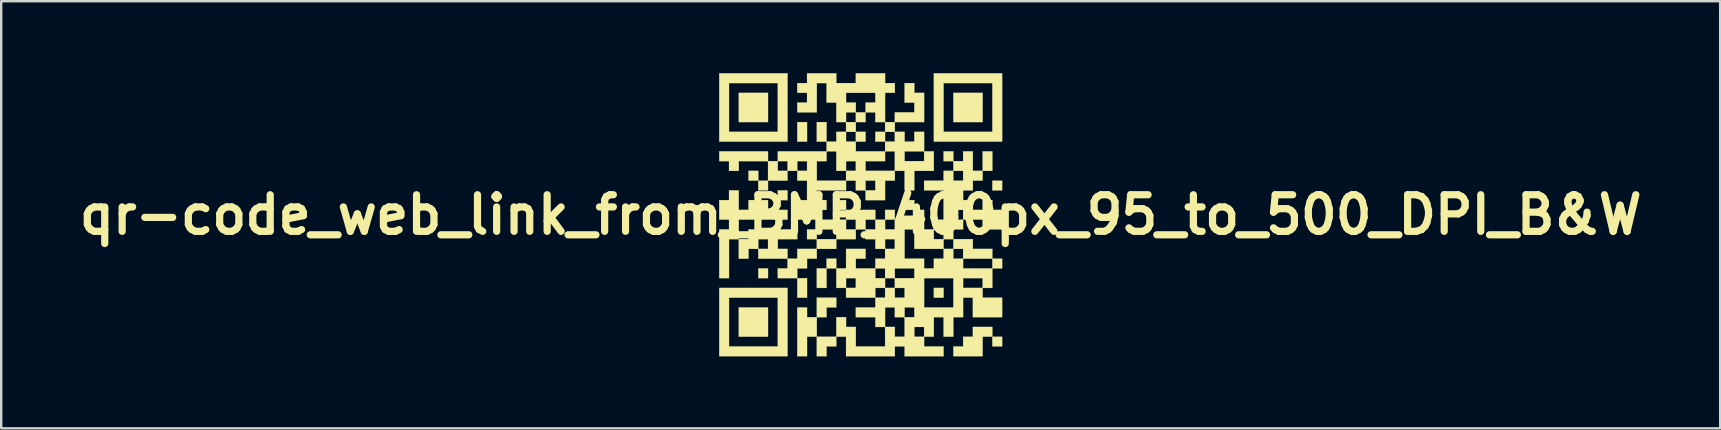
<source format=kicad_pcb>
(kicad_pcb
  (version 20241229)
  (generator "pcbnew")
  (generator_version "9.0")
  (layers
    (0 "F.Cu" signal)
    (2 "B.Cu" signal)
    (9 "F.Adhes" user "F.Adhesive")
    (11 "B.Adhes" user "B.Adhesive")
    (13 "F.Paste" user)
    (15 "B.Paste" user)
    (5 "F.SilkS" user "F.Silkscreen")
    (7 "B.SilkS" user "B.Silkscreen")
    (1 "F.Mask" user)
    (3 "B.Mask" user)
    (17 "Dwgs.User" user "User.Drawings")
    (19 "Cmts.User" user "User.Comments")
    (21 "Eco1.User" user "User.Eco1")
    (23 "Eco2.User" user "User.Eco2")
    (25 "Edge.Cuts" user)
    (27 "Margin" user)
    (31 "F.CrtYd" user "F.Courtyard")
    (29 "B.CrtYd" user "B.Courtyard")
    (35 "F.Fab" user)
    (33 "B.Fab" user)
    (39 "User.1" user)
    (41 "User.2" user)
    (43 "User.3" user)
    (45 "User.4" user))
  (footprint "qr-code_web_link_from_BMP_400px_95_to_500_DPI_B&W"
    (layer "F.Cu")
    (at 32.81 5.898)
    (property "Reference" "qr-code_web_link_from_BMP_400px_95_to_500_DPI_B&W" (at 0 0 0) (layer "F.SilkS") (effects (font (size 1.524 1.524) (thickness 0.3))))
    (attr through_hole)
    (fp_poly (pts (xy -4.267 -1.422) (xy -4.674 -1.422) (xy -4.674 -1.829) (xy -4.267 -1.829) (xy -4.267 -1.422)) (stroke (width 0.01) (type solid)) (fill yes) (layer "F.SilkS"))
    (fp_poly (pts (xy -3.861 -3.861) (xy -5.08 -3.861) (xy -5.08 -5.08) (xy -3.861 -5.08) (xy -3.861 -3.861)) (stroke (width 0.01) (type solid)) (fill yes) (layer "F.SilkS"))
    (fp_poly (pts (xy -3.861 -1.016) (xy -4.267 -1.016) (xy -4.267 -1.422) (xy -3.861 -1.422) (xy -3.861 -1.016)) (stroke (width 0.01) (type solid)) (fill yes) (layer "F.SilkS"))
    (fp_poly (pts (xy -3.861 2.642) (xy -4.267 2.642) (xy -4.267 2.235) (xy -3.861 2.235) (xy -3.861 2.642)) (stroke (width 0.01) (type solid)) (fill yes) (layer "F.SilkS"))
    (fp_poly (pts (xy -3.861 5.08) (xy -5.08 5.08) (xy -5.08 3.861) (xy -3.861 3.861) (xy -3.861 5.08)) (stroke (width 0.01) (type solid)) (fill yes) (layer "F.SilkS"))
    (fp_poly (pts (xy -3.048 -0.61) (xy -3.454 -0.61) (xy -3.454 -1.016) (xy -3.048 -1.016) (xy -3.048 -0.61)) (stroke (width 0.01) (type solid)) (fill yes) (layer "F.SilkS"))
    (fp_poly (pts (xy -2.235 -3.048) (xy -2.642 -3.048) (xy -2.642 -3.861) (xy -2.235 -3.861) (xy -2.235 -3.048)) (stroke (width 0.01) (type solid)) (fill yes) (layer "F.SilkS"))
    (fp_poly (pts (xy -2.235 3.454) (xy -2.642 3.454) (xy -2.642 2.642) (xy -2.235 2.642) (xy -2.235 3.454)) (stroke (width 0.01) (type solid)) (fill yes) (layer "F.SilkS"))
    (fp_poly (pts (xy -1.422 -3.048) (xy -1.829 -3.048) (xy -1.829 -3.861) (xy -1.422 -3.861) (xy -1.422 -3.048)) (stroke (width 0.01) (type solid)) (fill yes) (layer "F.SilkS"))
    (fp_poly (pts (xy -1.422 3.048) (xy -1.829 3.048) (xy -1.829 2.235) (xy -1.422 2.235) (xy -1.422 3.048)) (stroke (width 0.01) (type solid)) (fill yes) (layer "F.SilkS"))
    (fp_poly (pts (xy -1.016 2.235) (xy -1.422 2.235) (xy -1.422 1.829) (xy -1.016 1.829) (xy -1.016 2.235)) (stroke (width 0.01) (type solid)) (fill yes) (layer "F.SilkS"))
    (fp_poly (pts (xy -0.61 -0.203) (xy -1.016 -0.203) (xy -1.016 -0.61) (xy -0.61 -0.61) (xy -0.61 -0.203)) (stroke (width 0.01) (type solid)) (fill yes) (layer "F.SilkS"))
    (fp_poly (pts (xy 0.203 -3.861) (xy -0.203 -3.861) (xy -0.203 -4.267) (xy 0.203 -4.267) (xy 0.203 -3.861)) (stroke (width 0.01) (type solid)) (fill yes) (layer "F.SilkS"))
    (fp_poly (pts (xy 0.203 -3.048) (xy -0.203 -3.048) (xy -0.203 -3.454) (xy 0.203 -3.454) (xy 0.203 -3.048)) (stroke (width 0.01) (type solid)) (fill yes) (layer "F.SilkS"))
    (fp_poly (pts (xy 1.016 -3.048) (xy 0.61 -3.048) (xy 0.61 -3.454) (xy 1.016 -3.454) (xy 1.016 -3.048)) (stroke (width 0.01) (type solid)) (fill yes) (layer "F.SilkS"))
    (fp_poly (pts (xy 2.235 -0.203) (xy 1.829 -0.203) (xy 1.829 -0.61) (xy 2.235 -0.61) (xy 2.235 -0.203)) (stroke (width 0.01) (type solid)) (fill yes) (layer "F.SilkS"))
    (fp_poly (pts (xy 3.454 3.454) (xy 3.048 3.454) (xy 3.048 3.048) (xy 3.454 3.048) (xy 3.454 3.454)) (stroke (width 0.01) (type solid)) (fill yes) (layer "F.SilkS"))
    (fp_poly (pts (xy 3.861 -2.235) (xy 3.454 -2.235) (xy 3.454 -2.642) (xy 3.861 -2.642) (xy 3.861 -2.235)) (stroke (width 0.01) (type solid)) (fill yes) (layer "F.SilkS"))
    (fp_poly (pts (xy 5.08 -3.861) (xy 3.861 -3.861) (xy 3.861 -5.08) (xy 5.08 -5.08) (xy 5.08 -3.861)) (stroke (width 0.01) (type solid)) (fill yes) (layer "F.SilkS"))
    (fp_poly (pts (xy 5.486 -1.829) (xy 5.08 -1.829) (xy 5.08 -2.642) (xy 5.486 -2.642) (xy 5.486 -1.829)) (stroke (width 0.01) (type solid)) (fill yes) (layer "F.SilkS"))
    (fp_poly (pts (xy 5.893 -1.016) (xy 5.486 -1.016) (xy 5.486 -1.422) (xy 5.893 -1.422) (xy 5.893 -1.016)) (stroke (width 0.01) (type solid)) (fill yes) (layer "F.SilkS"))
    (fp_poly (pts (xy 5.893 2.235) (xy 5.486 2.235) (xy 5.486 1.829) (xy 5.893 1.829) (xy 5.893 2.235)) (stroke (width 0.01) (type solid)) (fill yes) (layer "F.SilkS"))
    (fp_poly (pts (xy 5.893 5.486) (xy 5.486 5.486) (xy 5.486 5.08) (xy 5.893 5.08) (xy 5.893 5.486)) (stroke (width 0.01) (type solid)) (fill yes) (layer "F.SilkS"))
    (fp_poly (pts (xy -1.016 3.861) (xy -1.422 3.861) (xy -1.422 4.267) (xy -1.829 4.267) (xy -1.829 3.454) (xy -1.016 3.454) (xy -1.016 3.861)) (stroke (width 0.01) (type solid)) (fill yes) (layer "F.SilkS"))
    (fp_poly (pts (xy -1.016 5.486) (xy -1.422 5.486) (xy -1.422 5.893) (xy -1.829 5.893) (xy -1.829 5.08) (xy -1.016 5.08) (xy -1.016 5.486)) (stroke (width 0.01) (type solid)) (fill yes) (layer "F.SilkS"))
    (fp_poly (pts (xy -3.861 -2.235) (xy -5.08 -2.235) (xy -5.08 -1.829) (xy -5.486 -1.829) (xy -5.486 -2.235) (xy -5.893 -2.235) (xy -5.893 -2.642) (xy -3.861 -2.642) (xy -3.861 -2.235)) (stroke (width 0.01) (type solid)) (fill yes) (layer "F.SilkS"))
    (fp_poly (pts (xy -2.235 4.267) (xy -1.829 4.267) (xy -1.829 5.08) (xy -2.235 5.08) (xy -2.235 5.893) (xy -2.642 5.893) (xy -2.642 3.861) (xy -2.235 3.861) (xy -2.235 4.267)) (stroke (width 0.01) (type solid)) (fill yes) (layer "F.SilkS"))
    (fp_poly (pts (xy 2.235 -5.08) (xy 2.642 -5.08) (xy 2.642 -3.861) (xy 1.422 -3.861) (xy 1.422 -4.267) (xy 2.235 -4.267) (xy 2.235 -4.674) (xy 1.829 -4.674) (xy 1.829 -5.486) (xy 2.235 -5.486) (xy 2.235 -5.08)) (stroke (width 0.01) (type solid)) (fill yes) (layer "F.SilkS"))
    (fp_poly (pts (xy 5.486 5.08) (xy 5.08 5.08) (xy 5.08 5.893) (xy 3.861 5.893) (xy 3.861 5.486) (xy 4.267 5.486) (xy 4.267 5.08) (xy 4.674 5.08) (xy 4.674 4.674) (xy 5.486 4.674) (xy 5.486 5.08)) (stroke (width 0.01) (type solid)) (fill yes) (layer "F.SilkS"))
    (fp_poly (pts (xy -3.048 -3.048) (xy -5.893 -3.048) (xy -5.893 -5.486) (xy -5.486 -5.486) (xy -5.486 -3.454) (xy -3.454 -3.454) (xy -3.454 -5.486) (xy -5.486 -5.486) (xy -5.893 -5.486) (xy -5.893 -5.893) (xy -3.048 -5.893) (xy -3.048 -3.048)) (stroke (width 0.01) (type solid)) (fill yes) (layer "F.SilkS"))
    (fp_poly (pts (xy -3.048 5.893) (xy -5.893 5.893) (xy -5.893 3.454) (xy -5.486 3.454) (xy -5.486 5.486) (xy -3.454 5.486) (xy -3.454 3.454) (xy -5.486 3.454) (xy -5.893 3.454) (xy -5.893 3.048) (xy -3.048 3.048) (xy -3.048 5.893)) (stroke (width 0.01) (type solid)) (fill yes) (layer "F.SilkS"))
    (fp_poly (pts (xy 5.893 -3.048) (xy 3.048 -3.048) (xy 3.048 -5.486) (xy 3.454 -5.486) (xy 3.454 -3.454) (xy 5.486 -3.454) (xy 5.486 -5.486) (xy 3.454 -5.486) (xy 3.048 -5.486) (xy 3.048 -5.893) (xy 5.893 -5.893) (xy 5.893 -3.048)) (stroke (width 0.01) (type solid)) (fill yes) (layer "F.SilkS"))
    (fp_poly (pts (xy -1.829 1.829) (xy -2.235 1.829) (xy -2.235 2.235) (xy -2.642 2.235) (xy -2.642 2.642) (xy -3.454 2.642) (xy -3.454 2.235) (xy -3.048 2.235) (xy -3.048 1.829) (xy -2.642 1.829) (xy -2.642 1.422) (xy -1.829 1.422) (xy -1.829 1.829)) (stroke (width 0.01) (type solid)) (fill yes) (layer "F.SilkS"))
    (fp_poly (pts (xy -5.08 -0.203) (xy -4.674 -0.203) (xy -4.674 -0.61) (xy -3.861 -0.61) (xy -3.861 -0.203) (xy -3.048 -0.203) (xy -3.048 0.203) (xy -5.08 0.203) (xy -5.08 1.016) (xy -5.486 1.016) (xy -5.486 2.642) (xy -5.893 2.642) (xy -5.893 0.61) (xy -5.486 0.61) (xy -5.486 0.203) (xy -5.893 0.203) (xy -5.893 -0.61) (xy -5.486 -0.61) (xy -5.486 -1.016) (xy -5.08 -1.016) (xy -5.08 -0.203)) (stroke (width 0.01) (type solid)) (fill yes) (layer "F.SilkS"))
    (fp_poly (pts (xy -2.642 1.016) (xy -3.454 1.016) (xy -3.454 1.422) (xy -3.048 1.422) (xy -3.048 1.829) (xy -4.267 1.829) (xy -4.267 1.422) (xy -4.674 1.422) (xy -4.674 1.829) (xy -5.08 1.829) (xy -5.08 1.016) (xy -4.674 1.016) (xy -4.267 1.016) (xy -4.267 1.422) (xy -3.861 1.422) (xy -3.861 1.016) (xy -4.267 1.016) (xy -4.674 1.016) (xy -4.674 0.61) (xy -2.642 0.61) (xy -2.642 1.016)) (stroke (width 0.01) (type solid)) (fill yes) (layer "F.SilkS"))
    (fp_poly (pts (xy 3.048 -2.642) (xy 3.048 -1.829) (xy 2.235 -1.829) (xy 2.235 -1.016) (xy 1.829 -1.016) (xy 1.829 -1.829) (xy 1.422 -1.829) (xy 1.422 -1.422) (xy 1.016 -1.422) (xy 1.016 -0.61) (xy 0.203 -0.61) (xy 0.203 -1.016) (xy -0.203 -1.016) (xy -0.203 -1.422) (xy 0.203 -1.422) (xy 0.203 -1.016) (xy 0.61 -1.016) (xy 0.61 -1.422) (xy 0.203 -1.422) (xy -0.203 -1.422) (xy -0.61 -1.422) (xy -0.61 -1.016) (xy -1.829 -1.016) (xy -1.829 -0.61) (xy -1.422 -0.61) (xy -1.422 -0.203) (xy -1.829 -0.203) (xy -1.829 0.203) (xy -2.642 0.203) (xy -2.642 -0.61) (xy -2.235 -0.61) (xy -2.235 -1.422) (xy -2.642 -1.422) (xy -2.642 -1.829) (xy -3.048 -1.829) (xy -3.048 -1.422) (xy -3.861 -1.422) (xy -3.861 -2.235) (xy -3.454 -2.235) (xy -3.454 -1.829) (xy -3.048 -1.829) (xy -3.048 -2.235) (xy -2.642 -2.235) (xy -2.642 -1.829) (xy -2.235 -1.829) (xy -2.235 -2.235) (xy -1.829 -2.235) (xy -1.829 -1.422) (xy -0.61 -1.422) (xy -0.61 -1.829) (xy -1.016 -1.829) (xy -1.016 -2.235) (xy -0.61 -2.235) (xy -0.61 -1.829) (xy -0.203 -1.829) (xy -0.203 -2.235) (xy 0.203 -2.235) (xy 0.203 -1.829) (xy 1.422 -1.829) (xy 1.422 -2.642) (xy 1.829 -2.642) (xy 1.829 -2.235) (xy 2.642 -2.235) (xy 2.642 -2.642) (xy 1.829 -2.642) (xy 1.422 -2.642) (xy 1.016 -2.642) (xy 1.016 -2.235) (xy 0.203 -2.235) (xy -0.203 -2.235) (xy -0.61 -2.235) (xy -1.016 -2.235) (xy -1.016 -2.642) (xy -1.422 -2.642) (xy -1.422 -2.235) (xy -1.829 -2.235) (xy -2.235 -2.235) (xy -2.642 -2.235) (xy -3.048 -2.235) (xy -3.454 -2.235) (xy -3.454 -2.642) (xy -1.422 -2.642) (xy -1.422 -3.048) (xy -1.016 -3.048) (xy -1.016 -3.454) (xy -0.61 -3.454) (xy -0.61 -3.861) (xy -1.016 -3.861) (xy -1.016 -4.674) (xy -1.422 -4.674) (xy -1.422 -5.08) (xy -0.61 -5.08) (xy -0.61 -4.674) (xy -0.203 -4.674) (xy -0.203 -4.267) (xy -0.61 -4.267) (xy -0.61 -3.861) (xy -0.203 -3.861) (xy -0.203 -3.454) (xy -0.61 -3.454) (xy -0.61 -3.048) (xy -0.203 -3.048) (xy -0.203 -2.642) (xy 1.016 -2.642) (xy 1.016 -3.048) (xy 1.422 -3.048) (xy 1.422 -3.454) (xy 1.016 -3.454) (xy 1.016 -3.861) (xy 0.61 -3.861) (xy 0.61 -4.267) (xy 0.203 -4.267) (xy 0.203 -4.674) (xy 0.61 -4.674) (xy 0.61 -5.08) (xy -0.61 -5.08) (xy -1.422 -5.08) (xy -1.422 -5.486) (xy -1.829 -5.486) (xy -1.829 -4.267) (xy -2.642 -4.267) (xy -2.642 -4.674) (xy -2.235 -4.674) (xy -2.235 -5.08) (xy -2.642 -5.08) (xy -2.642 -5.486) (xy -2.235 -5.486) (xy -2.235 -5.893) (xy -1.016 -5.893) (xy -1.016 -5.486) (xy -0.203 -5.486) (xy -0.203 -5.893) (xy 1.016 -5.893) (xy 1.016 -5.486) (xy 1.422 -5.486) (xy 1.422 -5.08) (xy 1.016 -5.08) (xy 1.016 -3.861) (xy 1.422 -3.861) (xy 1.422 -3.454) (xy 1.829 -3.454) (xy 1.829 -3.048) (xy 2.235 -3.048) (xy 2.235 -3.454) (xy 2.642 -3.454) (xy 2.642 -2.642) (xy 3.048 -2.642)) (stroke (width 0.01) (type solid)) (fill yes) (layer "F.SilkS"))
    (fp_poly (pts (xy -1.016 4.267) (xy -0.61 4.267) (xy -0.61 4.674) (xy -0.203 4.674) (xy -0.203 5.486) (xy 1.016 5.486) (xy 1.016 4.674) (xy 0.61 4.674) (xy 0.61 4.267) (xy -0.203 4.267) (xy -0.203 3.861) (xy 0.61 3.861) (xy 1.016 3.861) (xy 1.016 4.674) (xy 1.422 4.674) (xy 1.422 5.08) (xy 1.829 5.08) (xy 1.829 4.674) (xy 2.235 4.674) (xy 2.235 5.08) (xy 2.642 5.08) (xy 2.642 4.674) (xy 2.235 4.674) (xy 1.829 4.674) (xy 1.829 4.267) (xy 1.422 4.267) (xy 1.422 3.861) (xy 1.829 3.861) (xy 1.829 4.267) (xy 2.235 4.267) (xy 2.235 3.861) (xy 1.829 3.861) (xy 1.422 3.861) (xy 1.016 3.861) (xy 0.61 3.861) (xy 0.61 3.454) (xy -0.61 3.454) (xy -0.61 3.048) (xy -1.016 3.048) (xy -1.016 2.642) (xy -0.61 2.642) (xy -0.61 3.048) (xy -0.203 3.048) (xy 0.61 3.048) (xy 0.61 3.454) (xy 1.016 3.454) (xy 1.016 3.048) (xy 0.61 3.048) (xy -0.203 3.048) (xy -0.203 2.642) (xy -0.61 2.642) (xy -1.016 2.642) (xy -1.016 2.235) (xy -0.61 2.235) (xy -0.61 1.422) (xy 0.203 1.422) (xy 0.203 1.829) (xy -0.203 1.829) (xy -0.203 2.235) (xy 0.61 2.235) (xy 0.61 2.642) (xy 1.016 2.642) (xy 1.016 3.048) (xy 1.422 3.048) (xy 1.422 3.454) (xy 1.829 3.454) (xy 1.829 3.048) (xy 1.422 3.048) (xy 1.422 2.642) (xy 1.016 2.642) (xy 1.016 2.235) (xy 1.422 2.235) (xy 1.422 2.642) (xy 2.235 2.642) (xy 2.642 2.642) (xy 2.642 3.861) (xy 3.861 3.861) (xy 3.861 2.642) (xy 4.267 2.642) (xy 4.267 3.048) (xy 5.08 3.048) (xy 5.08 2.642) (xy 4.267 2.642) (xy 3.861 2.642) (xy 2.642 2.642) (xy 2.235 2.642) (xy 2.235 2.235) (xy 1.422 2.235) (xy 1.016 2.235) (xy 0.61 2.235) (xy 0.61 1.829) (xy 1.016 1.829) (xy 1.016 1.422) (xy 0.61 1.422) (xy 0.61 1.016) (xy 1.016 1.016) (xy 1.016 1.422) (xy 1.422 1.422) (xy 1.422 1.016) (xy 1.016 1.016) (xy 0.61 1.016) (xy 0.203 1.016) (xy 0.203 0.61) (xy -0.203 0.61) (xy -0.203 1.016) (xy -1.016 1.016) (xy -1.016 1.422) (xy -1.829 1.422) (xy -1.829 1.016) (xy -2.235 1.016) (xy -2.235 0.61) (xy -1.829 0.61) (xy -1.829 1.016) (xy -1.016 1.016) (xy -1.016 0.61) (xy -1.829 0.61) (xy -1.829 0.203) (xy -0.61 0.203) (xy -0.61 0.61) (xy -0.203 0.61) (xy -0.203 0.203) (xy 0.203 0.203) (xy 0.203 0.61) (xy 0.61 0.61) (xy 0.61 0.203) (xy 0.203 0.203) (xy -0.203 0.203) (xy -0.61 0.203) (xy -0.61 -0.203) (xy 0.61 -0.203) (xy 0.61 0.203) (xy 1.016 0.203) (xy 1.016 0.61) (xy 1.422 0.61) (xy 1.829 0.61) (xy 1.829 1.829) (xy 2.642 1.829) (xy 2.642 2.235) (xy 3.048 2.235) (xy 3.048 1.829) (xy 3.454 1.829) (xy 3.454 1.422) (xy 2.235 1.422) (xy 2.235 0.61) (xy 1.829 0.61) (xy 1.422 0.61) (xy 1.422 0.203) (xy 1.016 0.203) (xy 1.016 -0.203) (xy 1.422 -0.203) (xy 1.422 0.203) (xy 2.235 0.203) (xy 2.235 -0.203) (xy 2.642 -0.203) (xy 2.642 0.61) (xy 3.048 0.61) (xy 3.048 1.016) (xy 3.454 1.016) (xy 3.454 1.422) (xy 3.861 1.422) (xy 3.861 1.829) (xy 4.267 1.829) (xy 4.267 1.422) (xy 3.861 1.422) (xy 3.861 1.016) (xy 3.454 1.016) (xy 3.454 0.61) (xy 3.048 0.61) (xy 3.048 0.203) (xy 3.454 0.203) (xy 3.454 -0.203) (xy 3.861 -0.203) (xy 3.861 0.203) (xy 4.267 0.203) (xy 4.267 -0.203) (xy 3.861 -0.203) (xy 3.454 -0.203) (xy 3.454 -1.016) (xy 2.642 -1.016) (xy 2.642 -1.422) (xy 3.454 -1.422) (xy 3.454 -1.829) (xy 3.861 -1.829) (xy 3.861 -1.422) (xy 4.267 -1.422) (xy 4.267 -1.829) (xy 3.861 -1.829) (xy 3.861 -2.235) (xy 4.267 -2.235) (xy 4.267 -2.642) (xy 4.674 -2.642) (xy 4.674 -1.829) (xy 5.08 -1.829) (xy 5.08 -1.422) (xy 4.674 -1.422) (xy 4.674 -1.016) (xy 4.267 -1.016) (xy 4.267 -0.61) (xy 4.674 -0.61) (xy 4.674 -0.203) (xy 5.08 -0.203) (xy 5.08 -0.61) (xy 5.486 -0.61) (xy 5.486 -0.203) (xy 5.893 -0.203) (xy 5.893 0.61) (xy 5.08 0.61) (xy 5.08 0.203) (xy 4.267 0.203) (xy 4.267 0.61) (xy 3.861 0.61) (xy 3.861 1.016) (xy 4.674 1.016) (xy 4.674 1.422) (xy 5.486 1.422) (xy 5.486 1.829) (xy 4.267 1.829) (xy 4.267 2.235) (xy 5.486 2.235) (xy 5.486 3.048) (xy 5.08 3.048) (xy 5.08 3.454) (xy 5.893 3.454) (xy 5.893 4.267) (xy 4.674 4.267) (xy 4.674 3.454) (xy 4.267 3.454) (xy 4.267 4.267) (xy 3.861 4.267) (xy 3.861 5.08) (xy 3.454 5.08) (xy 3.454 4.267) (xy 3.048 4.267) (xy 3.048 5.08) (xy 2.642 5.08) (xy 2.642 5.486) (xy 3.454 5.486) (xy 3.454 5.893) (xy 1.829 5.893) (xy 1.829 5.486) (xy 1.422 5.486) (xy 1.422 5.893) (xy -0.61 5.893) (xy -0.61 5.08) (xy -1.016 5.08) (xy -1.016 4.267)) (stroke (width 0.01) (type solid)) (fill yes) (layer "F.SilkS")))
  (gr_rect
    (start -3 -3)
    (end 68.619 14.796)
    (stroke (width 0.1) (type default))
    (fill no)
    (layer "Edge.Cuts")))
</source>
